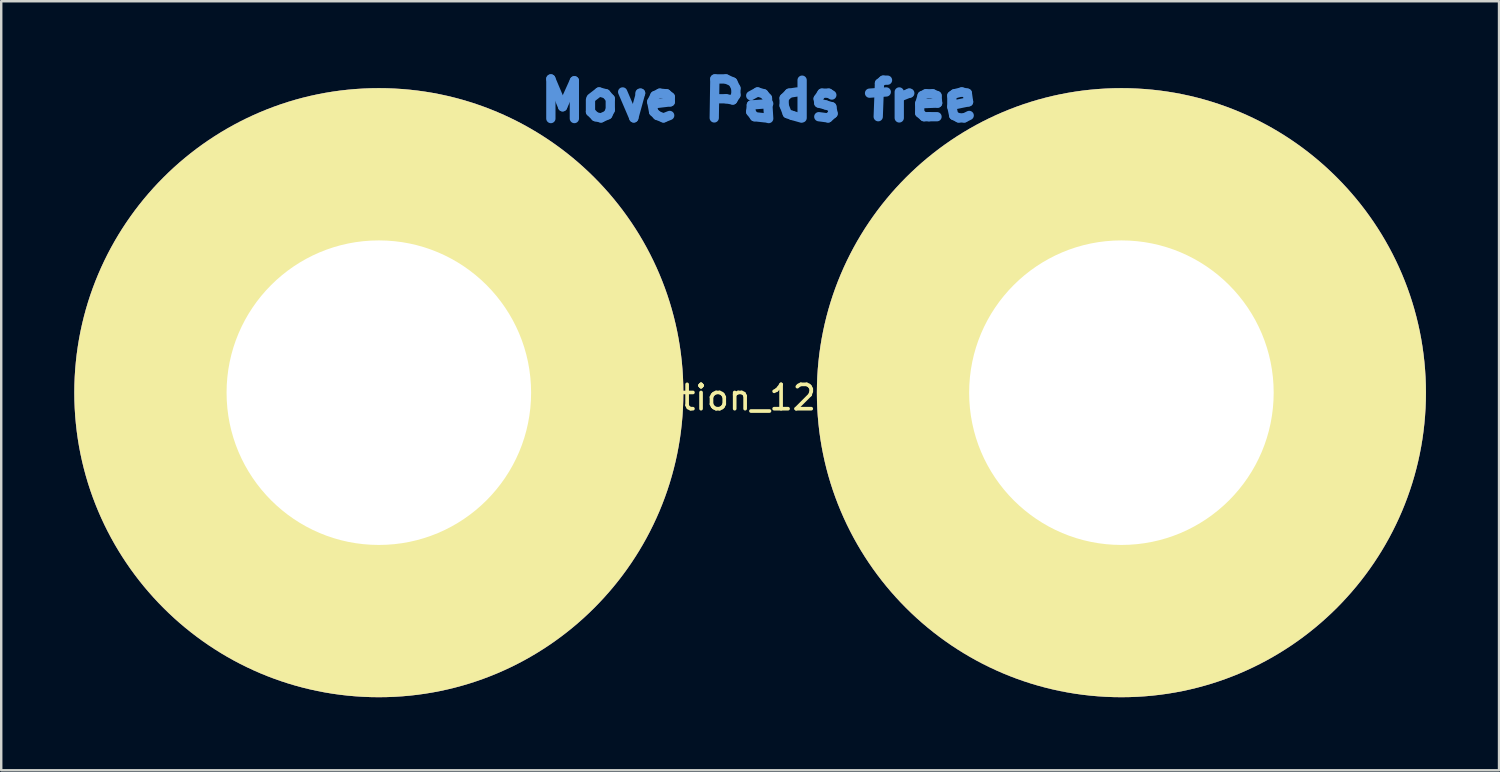
<source format=kicad_pcb>
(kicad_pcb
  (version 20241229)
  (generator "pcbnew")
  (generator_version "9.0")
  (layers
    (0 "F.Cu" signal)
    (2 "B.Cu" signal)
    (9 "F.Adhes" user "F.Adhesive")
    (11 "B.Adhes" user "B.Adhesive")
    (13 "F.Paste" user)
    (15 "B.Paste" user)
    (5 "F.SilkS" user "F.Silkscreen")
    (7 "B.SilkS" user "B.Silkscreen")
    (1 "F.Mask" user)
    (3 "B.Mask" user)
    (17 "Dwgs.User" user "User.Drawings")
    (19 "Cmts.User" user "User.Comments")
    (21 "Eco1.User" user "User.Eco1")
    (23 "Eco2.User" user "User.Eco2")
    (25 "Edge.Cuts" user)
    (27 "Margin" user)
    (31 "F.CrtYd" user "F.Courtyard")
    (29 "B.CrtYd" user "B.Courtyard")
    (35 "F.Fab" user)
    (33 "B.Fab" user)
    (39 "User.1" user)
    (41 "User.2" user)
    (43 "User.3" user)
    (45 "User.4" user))
  (footprint "WireConnection_12.50mmDrill"
    (layer "F.Cu")
    (at 12.5 13.068)
    (property "Reference" "WireConnection_12.50mmDrill" (at 15.011 0.203 0) (layer "F.SilkS") (effects (font (size 1 1) (thickness 0.15))))
    (attr through_hole)
    (fp_line (start 7.061 -12.878) (end 7.544 -11.735) (stroke (width 0.381) (type solid)) (layer "Cmts.User"))
    (fp_line (start 7.061 -11.252) (end 7.061 -12.878) (stroke (width 0.381) (type solid)) (layer "Cmts.User"))
    (fp_line (start 7.544 -11.735) (end 8.026 -12.802) (stroke (width 0.381) (type solid)) (layer "Cmts.User"))
    (fp_line (start 8.026 -12.802) (end 8.026 -11.252) (stroke (width 0.381) (type solid)) (layer "Cmts.User"))
    (fp_line (start 8.687 -12.014) (end 8.687 -11.532) (stroke (width 0.381) (type solid)) (layer "Cmts.User"))
    (fp_line (start 8.687 -11.532) (end 8.89 -11.328) (stroke (width 0.381) (type solid)) (layer "Cmts.User"))
    (fp_line (start 8.89 -11.328) (end 9.119 -11.278) (stroke (width 0.381) (type solid)) (layer "Cmts.User"))
    (fp_line (start 9.042 -12.344) (end 8.712 -12.09) (stroke (width 0.381) (type solid)) (layer "Cmts.User"))
    (fp_line (start 9.119 -11.278) (end 9.398 -11.405) (stroke (width 0.381) (type solid)) (layer "Cmts.User"))
    (fp_line (start 9.322 -12.268) (end 9.042 -12.344) (stroke (width 0.381) (type solid)) (layer "Cmts.User"))
    (fp_line (start 9.398 -11.405) (end 9.5 -11.608) (stroke (width 0.381) (type solid)) (layer "Cmts.User"))
    (fp_line (start 9.5 -12.065) (end 9.322 -12.268) (stroke (width 0.381) (type solid)) (layer "Cmts.User"))
    (fp_line (start 9.5 -11.608) (end 9.5 -12.065) (stroke (width 0.381) (type solid)) (layer "Cmts.User"))
    (fp_line (start 10.008 -12.344) (end 10.465 -11.278) (stroke (width 0.381) (type solid)) (layer "Cmts.User"))
    (fp_line (start 10.465 -11.278) (end 10.744 -12.294) (stroke (width 0.381) (type solid)) (layer "Cmts.User"))
    (fp_line (start 10.744 -12.294) (end 10.719 -12.294) (stroke (width 0.381) (type solid)) (layer "Cmts.User"))
    (fp_line (start 11.201 -11.938) (end 11.328 -12.192) (stroke (width 0.381) (type solid)) (layer "Cmts.User"))
    (fp_line (start 11.278 -11.532) (end 11.201 -11.938) (stroke (width 0.381) (type solid)) (layer "Cmts.User"))
    (fp_line (start 11.328 -12.192) (end 11.532 -12.294) (stroke (width 0.381) (type solid)) (layer "Cmts.User"))
    (fp_line (start 11.43 -11.379) (end 11.278 -11.532) (stroke (width 0.381) (type solid)) (layer "Cmts.User"))
    (fp_line (start 11.532 -12.294) (end 11.811 -12.268) (stroke (width 0.381) (type solid)) (layer "Cmts.User"))
    (fp_line (start 11.684 -11.278) (end 11.43 -11.379) (stroke (width 0.381) (type solid)) (layer "Cmts.User"))
    (fp_line (start 11.811 -12.268) (end 11.963 -12.141) (stroke (width 0.381) (type solid)) (layer "Cmts.User"))
    (fp_line (start 11.938 -11.379) (end 11.684 -11.278) (stroke (width 0.381) (type solid)) (layer "Cmts.User"))
    (fp_line (start 11.963 -12.141) (end 11.963 -11.938) (stroke (width 0.381) (type solid)) (layer "Cmts.User"))
    (fp_line (start 11.963 -11.938) (end 11.328 -11.862) (stroke (width 0.381) (type solid)) (layer "Cmts.User"))
    (fp_line (start 13.767 -11.278) (end 13.792 -12.878) (stroke (width 0.381) (type solid)) (layer "Cmts.User"))
    (fp_line (start 13.792 -12.878) (end 14.249 -12.878) (stroke (width 0.381) (type solid)) (layer "Cmts.User"))
    (fp_line (start 14.249 -12.878) (end 14.529 -12.751) (stroke (width 0.381) (type solid)) (layer "Cmts.User"))
    (fp_line (start 14.249 -12.065) (end 13.792 -12.065) (stroke (width 0.381) (type solid)) (layer "Cmts.User"))
    (fp_line (start 14.529 -12.751) (end 14.656 -12.497) (stroke (width 0.381) (type solid)) (layer "Cmts.User"))
    (fp_line (start 14.529 -12.014) (end 14.249 -12.065) (stroke (width 0.381) (type solid)) (layer "Cmts.User"))
    (fp_line (start 14.656 -12.497) (end 14.656 -12.217) (stroke (width 0.381) (type solid)) (layer "Cmts.User"))
    (fp_line (start 14.656 -12.217) (end 14.529 -12.014) (stroke (width 0.381) (type solid)) (layer "Cmts.User"))
    (fp_line (start 15.265 -12.192) (end 15.545 -12.344) (stroke (width 0.381) (type solid)) (layer "Cmts.User"))
    (fp_line (start 15.265 -11.532) (end 15.291 -11.811) (stroke (width 0.381) (type solid)) (layer "Cmts.User"))
    (fp_line (start 15.291 -11.811) (end 16.002 -11.862) (stroke (width 0.381) (type solid)) (layer "Cmts.User"))
    (fp_line (start 15.418 -11.328) (end 15.265 -11.532) (stroke (width 0.381) (type solid)) (layer "Cmts.User"))
    (fp_line (start 15.545 -12.344) (end 15.799 -12.268) (stroke (width 0.381) (type solid)) (layer "Cmts.User"))
    (fp_line (start 15.799 -12.268) (end 15.951 -12.09) (stroke (width 0.381) (type solid)) (layer "Cmts.User"))
    (fp_line (start 15.875 -11.278) (end 15.418 -11.328) (stroke (width 0.381) (type solid)) (layer "Cmts.User"))
    (fp_line (start 15.951 -12.09) (end 16.002 -11.252) (stroke (width 0.381) (type solid)) (layer "Cmts.User"))
    (fp_line (start 16.637 -12.09) (end 16.84 -12.294) (stroke (width 0.381) (type solid)) (layer "Cmts.User"))
    (fp_line (start 16.637 -11.786) (end 16.637 -12.09) (stroke (width 0.381) (type solid)) (layer "Cmts.User"))
    (fp_line (start 16.764 -11.455) (end 16.637 -11.786) (stroke (width 0.381) (type solid)) (layer "Cmts.User"))
    (fp_line (start 16.84 -12.294) (end 17.17 -12.344) (stroke (width 0.381) (type solid)) (layer "Cmts.User"))
    (fp_line (start 16.967 -11.379) (end 16.764 -11.455) (stroke (width 0.381) (type solid)) (layer "Cmts.User"))
    (fp_line (start 17.323 -11.278) (end 16.967 -11.379) (stroke (width 0.381) (type solid)) (layer "Cmts.User"))
    (fp_line (start 17.374 -12.827) (end 17.374 -11.278) (stroke (width 0.381) (type solid)) (layer "Cmts.User"))
    (fp_line (start 18.034 -12.065) (end 18.059 -11.887) (stroke (width 0.381) (type solid)) (layer "Cmts.User"))
    (fp_line (start 18.059 -11.887) (end 18.339 -11.811) (stroke (width 0.381) (type solid)) (layer "Cmts.User"))
    (fp_line (start 18.186 -12.294) (end 18.034 -12.065) (stroke (width 0.381) (type solid)) (layer "Cmts.User"))
    (fp_line (start 18.339 -11.811) (end 18.593 -11.735) (stroke (width 0.381) (type solid)) (layer "Cmts.User"))
    (fp_line (start 18.44 -11.278) (end 18.059 -11.328) (stroke (width 0.381) (type solid)) (layer "Cmts.User"))
    (fp_line (start 18.466 -12.294) (end 18.186 -12.294) (stroke (width 0.381) (type solid)) (layer "Cmts.User"))
    (fp_line (start 18.593 -12.217) (end 18.466 -12.294) (stroke (width 0.381) (type solid)) (layer "Cmts.User"))
    (fp_line (start 18.593 -11.735) (end 18.644 -11.455) (stroke (width 0.381) (type solid)) (layer "Cmts.User"))
    (fp_line (start 18.644 -11.455) (end 18.44 -11.278) (stroke (width 0.381) (type solid)) (layer "Cmts.User"))
    (fp_line (start 20.142 -12.294) (end 20.828 -12.344) (stroke (width 0.381) (type solid)) (layer "Cmts.User"))
    (fp_line (start 20.549 -12.7) (end 20.498 -11.328) (stroke (width 0.381) (type solid)) (layer "Cmts.User"))
    (fp_line (start 20.701 -12.827) (end 20.549 -12.7) (stroke (width 0.381) (type solid)) (layer "Cmts.User"))
    (fp_line (start 20.879 -12.827) (end 20.701 -12.827) (stroke (width 0.381) (type solid)) (layer "Cmts.User"))
    (fp_line (start 21.361 -12.344) (end 21.361 -11.278) (stroke (width 0.381) (type solid)) (layer "Cmts.User"))
    (fp_line (start 21.387 -12.141) (end 21.768 -12.294) (stroke (width 0.381) (type solid)) (layer "Cmts.User"))
    (fp_line (start 21.768 -12.294) (end 21.793 -12.294) (stroke (width 0.381) (type solid)) (layer "Cmts.User"))
    (fp_line (start 22.2 -11.862) (end 22.301 -12.192) (stroke (width 0.381) (type solid)) (layer "Cmts.User"))
    (fp_line (start 22.2 -11.481) (end 22.2 -11.862) (stroke (width 0.381) (type solid)) (layer "Cmts.User"))
    (fp_line (start 22.301 -12.192) (end 22.454 -12.268) (stroke (width 0.381) (type solid)) (layer "Cmts.User"))
    (fp_line (start 22.377 -11.328) (end 22.2 -11.481) (stroke (width 0.381) (type solid)) (layer "Cmts.User"))
    (fp_line (start 22.454 -12.268) (end 22.733 -12.268) (stroke (width 0.381) (type solid)) (layer "Cmts.User"))
    (fp_line (start 22.581 -11.328) (end 22.377 -11.328) (stroke (width 0.381) (type solid)) (layer "Cmts.User"))
    (fp_line (start 22.733 -12.268) (end 22.911 -12.192) (stroke (width 0.381) (type solid)) (layer "Cmts.User"))
    (fp_line (start 22.911 -12.192) (end 22.936 -11.887) (stroke (width 0.381) (type solid)) (layer "Cmts.User"))
    (fp_line (start 22.911 -11.328) (end 22.581 -11.328) (stroke (width 0.381) (type solid)) (layer "Cmts.User"))
    (fp_line (start 22.936 -11.887) (end 22.301 -11.862) (stroke (width 0.381) (type solid)) (layer "Cmts.User"))
    (fp_line (start 23.52 -12.192) (end 23.622 -12.268) (stroke (width 0.381) (type solid)) (layer "Cmts.User"))
    (fp_line (start 23.52 -11.735) (end 23.52 -12.192) (stroke (width 0.381) (type solid)) (layer "Cmts.User"))
    (fp_line (start 23.597 -11.811) (end 23.597 -11.862) (stroke (width 0.381) (type solid)) (layer "Cmts.User"))
    (fp_line (start 23.597 -11.379) (end 23.52 -11.735) (stroke (width 0.381) (type solid)) (layer "Cmts.User"))
    (fp_line (start 23.622 -12.268) (end 23.927 -12.344) (stroke (width 0.381) (type solid)) (layer "Cmts.User"))
    (fp_line (start 23.8 -11.278) (end 23.597 -11.379) (stroke (width 0.381) (type solid)) (layer "Cmts.User"))
    (fp_line (start 23.927 -12.344) (end 24.155 -12.294) (stroke (width 0.381) (type solid)) (layer "Cmts.User"))
    (fp_line (start 24.028 -11.278) (end 23.8 -11.278) (stroke (width 0.381) (type solid)) (layer "Cmts.User"))
    (fp_line (start 24.155 -12.294) (end 24.206 -11.938) (stroke (width 0.381) (type solid)) (layer "Cmts.User"))
    (fp_line (start 24.206 -11.938) (end 23.597 -11.811) (stroke (width 0.381) (type solid)) (layer "Cmts.User"))
    (fp_line (start 24.232 -11.379) (end 24.028 -11.278) (stroke (width 0.381) (type solid)) (layer "Cmts.User"))
    (pad "1" thru_hole circle (at 0 0) (size 25 25) (drill 12.5) (layers "*.Cu" "*.Mask" "F.SilkS"))
    (pad "2" thru_hole circle (at 30.48 0) (size 25 25) (drill 12.5) (layers "*.Cu" "*.Mask" "F.SilkS")))
  (gr_rect
    (start -3 -3)
    (end 58.48 28.568)
    (stroke (width 0.1) (type default))
    (fill no)
    (layer "Edge.Cuts")))
</source>
